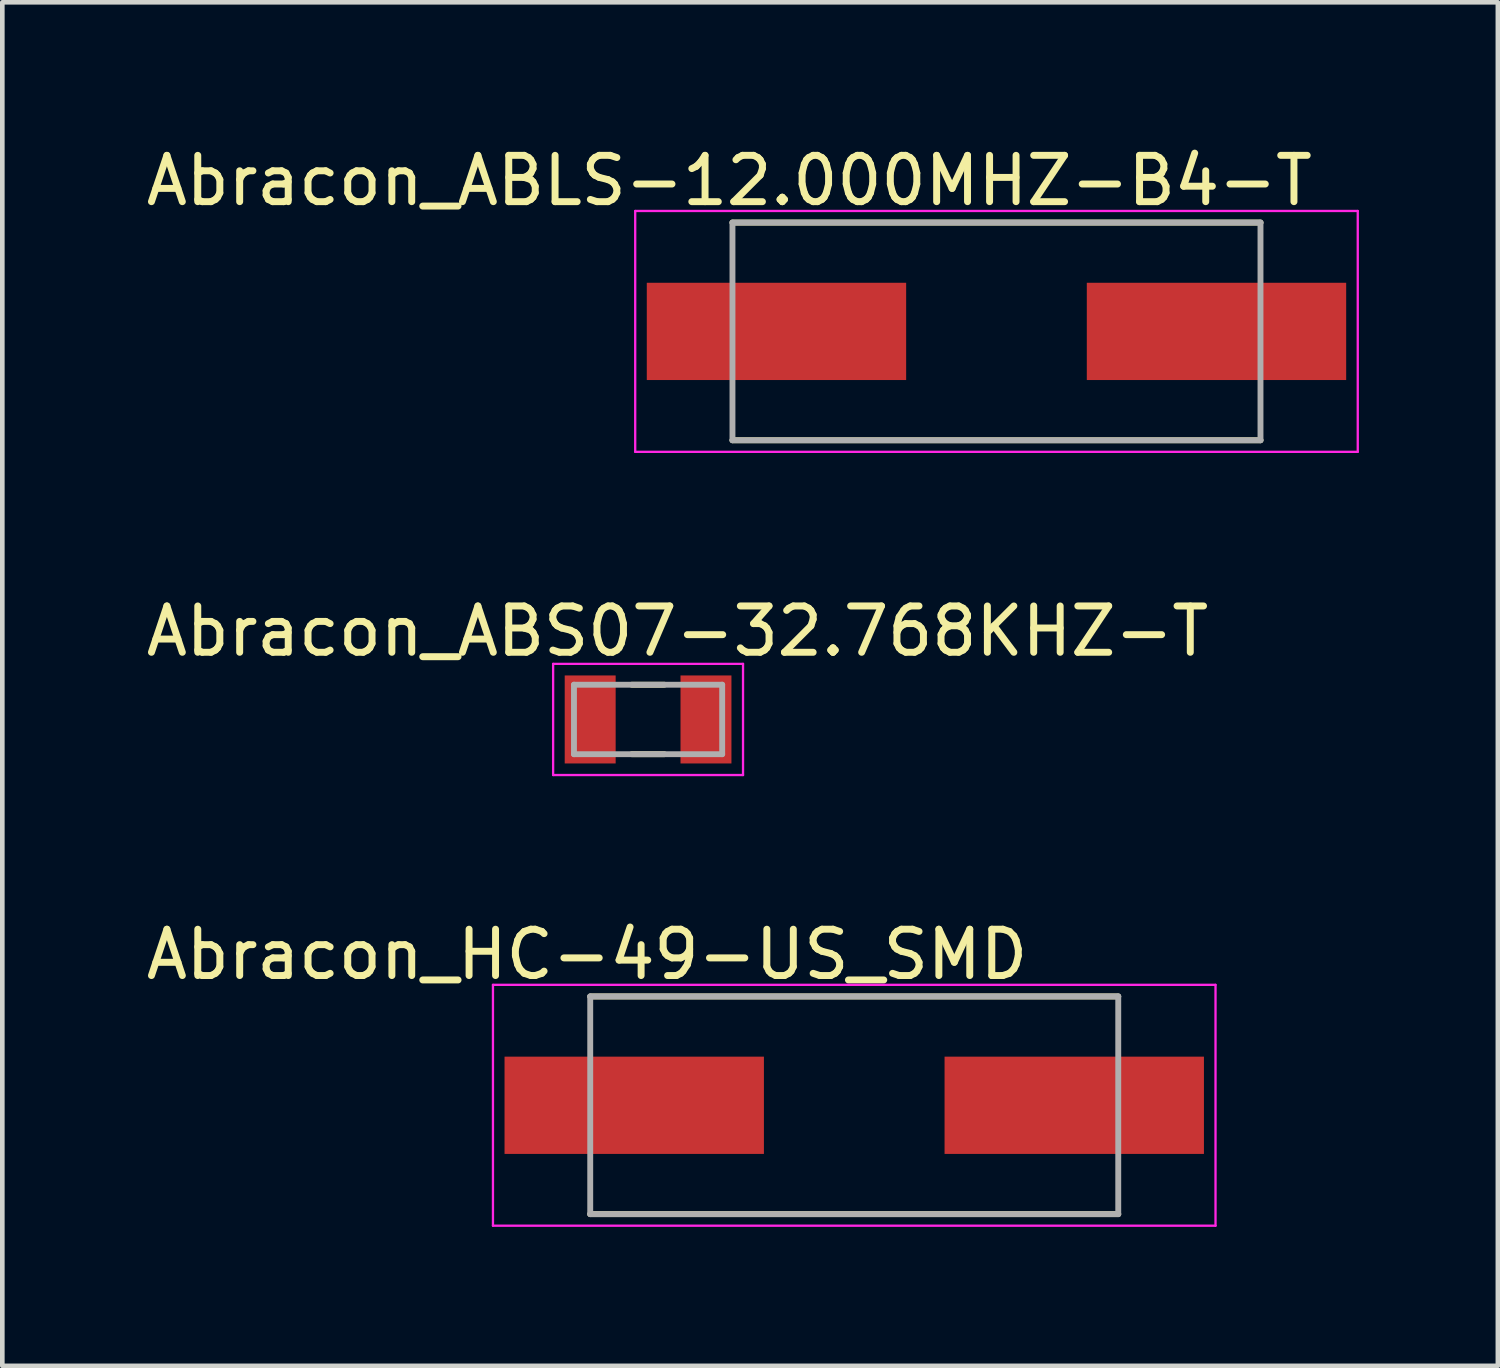
<source format=kicad_pcb>
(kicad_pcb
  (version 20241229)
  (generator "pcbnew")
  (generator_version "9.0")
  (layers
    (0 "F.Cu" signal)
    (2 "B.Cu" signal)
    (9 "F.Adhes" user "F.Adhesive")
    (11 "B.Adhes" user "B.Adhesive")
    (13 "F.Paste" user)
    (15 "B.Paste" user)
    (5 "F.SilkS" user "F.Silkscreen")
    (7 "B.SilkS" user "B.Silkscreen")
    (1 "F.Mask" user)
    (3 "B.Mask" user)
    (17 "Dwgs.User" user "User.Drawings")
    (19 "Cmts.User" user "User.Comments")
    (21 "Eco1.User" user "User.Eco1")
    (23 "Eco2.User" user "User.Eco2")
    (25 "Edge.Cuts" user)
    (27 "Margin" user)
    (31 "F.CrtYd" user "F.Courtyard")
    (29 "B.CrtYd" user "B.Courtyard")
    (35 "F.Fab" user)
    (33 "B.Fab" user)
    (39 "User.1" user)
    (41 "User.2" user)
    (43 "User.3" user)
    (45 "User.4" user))
  (footprint "Abracon_ABLS-12.000MHZ-B4-T"
    (layer "F.Cu")
    (at 18.464 4.105)
    (property "Reference" "Abracon_ABLS-12.000MHZ-B4-T" (at -5.768 -3.256 0) (layer "F.SilkS") (effects (font (size 1 1) (thickness 0.15))))
    (attr smd)
    (fp_line (start -5.7 -2.35) (end 5.7 -2.35) (stroke (width 0.127) (type solid)) (layer "F.SilkS"))
    (fp_line (start -5.7 2.35) (end 5.7 2.35) (stroke (width 0.127) (type solid)) (layer "F.SilkS"))
    (fp_line (start -7.8 -2.6) (end -7.8 2.6) (stroke (width 0.05) (type solid)) (layer "F.CrtYd"))
    (fp_line (start -7.8 2.6) (end 7.8 2.6) (stroke (width 0.05) (type solid)) (layer "F.CrtYd"))
    (fp_line (start 7.8 -2.6) (end -7.8 -2.6) (stroke (width 0.05) (type solid)) (layer "F.CrtYd"))
    (fp_line (start 7.8 2.6) (end 7.8 -2.6) (stroke (width 0.05) (type solid)) (layer "F.CrtYd"))
    (fp_line (start -5.7 -2.35) (end -5.7 2.35) (stroke (width 0.127) (type solid)) (layer "F.Fab"))
    (fp_line (start -5.7 -2.35) (end 5.7 -2.35) (stroke (width 0.127) (type solid)) (layer "F.Fab"))
    (fp_line (start -5.7 2.35) (end 5.7 2.35) (stroke (width 0.127) (type solid)) (layer "F.Fab"))
    (fp_line (start 5.7 -2.35) (end 5.7 2.35) (stroke (width 0.127) (type solid)) (layer "F.Fab"))
    (pad "1" smd rect (at -4.75 0) (size 5.6 2.1) (layers "F.Cu" "F.Mask" "F.Paste"))
    (pad "2" smd rect (at 4.75 0) (size 5.6 2.1) (layers "F.Cu" "F.Mask" "F.Paste")))
  (footprint "Abracon_ABS07-32.768KHZ-T"
    (layer "F.Cu")
    (at 10.942 12.483)
    (property "Reference" "Abracon_ABS07-32.768KHZ-T" (at 0.635 -1.905 0) (layer "F.SilkS") (effects (font (size 1 1) (thickness 0.15))))
    (attr through_hole)
    (fp_line (start -0.35 -0.75) (end 0.35 -0.75) (stroke (width 0.127) (type solid)) (layer "F.SilkS"))
    (fp_line (start -0.35 0.75) (end 0.35 0.75) (stroke (width 0.127) (type solid)) (layer "F.SilkS"))
    (fp_line (start -2.05 -1.2) (end 2.05 -1.2) (stroke (width 0.05) (type solid)) (layer "F.CrtYd"))
    (fp_line (start -2.05 1.2) (end -2.05 -1.2) (stroke (width 0.05) (type solid)) (layer "F.CrtYd"))
    (fp_line (start 2.05 -1.2) (end 2.05 1.2) (stroke (width 0.05) (type solid)) (layer "F.CrtYd"))
    (fp_line (start 2.05 1.2) (end -2.05 1.2) (stroke (width 0.05) (type solid)) (layer "F.CrtYd"))
    (fp_line (start -1.6 -0.75) (end 1.6 -0.75) (stroke (width 0.127) (type solid)) (layer "F.Fab"))
    (fp_line (start -1.6 0.75) (end -1.6 -0.75) (stroke (width 0.127) (type solid)) (layer "F.Fab"))
    (fp_line (start 1.6 -0.75) (end 1.6 0.75) (stroke (width 0.127) (type solid)) (layer "F.Fab"))
    (fp_line (start 1.6 0.75) (end -1.6 0.75) (stroke (width 0.127) (type solid)) (layer "F.Fab"))
    (pad "1" smd rect (at -1.25 0) (size 1.1 1.9) (layers "F.Cu" "F.Mask" "F.Paste"))
    (pad "2" smd rect (at 1.25 0) (size 1.1 1.9) (layers "F.Cu" "F.Mask" "F.Paste")))
  (footprint "Abracon_HC-49-US_SMD"
    (layer "F.Cu")
    (at 15.393 20.813)
    (property "Reference" "Abracon_HC-49-US_SMD" (at -5.768 -3.256 0) (layer "F.SilkS") (effects (font (size 1 1) (thickness 0.15))))
    (attr smd)
    (fp_line (start -5.7 -2.35) (end 5.7 -2.35) (stroke (width 0.127) (type solid)) (layer "F.SilkS"))
    (fp_line (start -5.7 2.35) (end 5.7 2.35) (stroke (width 0.127) (type solid)) (layer "F.SilkS"))
    (fp_line (start -7.8 -2.6) (end -7.8 2.6) (stroke (width 0.05) (type solid)) (layer "F.CrtYd"))
    (fp_line (start -7.8 2.6) (end 7.8 2.6) (stroke (width 0.05) (type solid)) (layer "F.CrtYd"))
    (fp_line (start 7.8 -2.6) (end -7.8 -2.6) (stroke (width 0.05) (type solid)) (layer "F.CrtYd"))
    (fp_line (start 7.8 2.6) (end 7.8 -2.6) (stroke (width 0.05) (type solid)) (layer "F.CrtYd"))
    (fp_line (start -5.7 -2.35) (end -5.7 2.35) (stroke (width 0.127) (type solid)) (layer "F.Fab"))
    (fp_line (start -5.7 -2.35) (end 5.7 -2.35) (stroke (width 0.127) (type solid)) (layer "F.Fab"))
    (fp_line (start -5.7 2.35) (end 5.7 2.35) (stroke (width 0.127) (type solid)) (layer "F.Fab"))
    (fp_line (start 5.7 -2.35) (end 5.7 2.35) (stroke (width 0.127) (type solid)) (layer "F.Fab"))
    (pad "1" smd rect (at -4.75 0) (size 5.6 2.1) (layers "F.Cu" "F.Mask" "F.Paste"))
    (pad "2" smd rect (at 4.75 0) (size 5.6 2.1) (layers "F.Cu" "F.Mask" "F.Paste")))
  (gr_rect
    (start -3 -3)
    (end 29.289 26.438)
    (stroke (width 0.1) (type default))
    (fill no)
    (layer "Edge.Cuts")))
</source>
